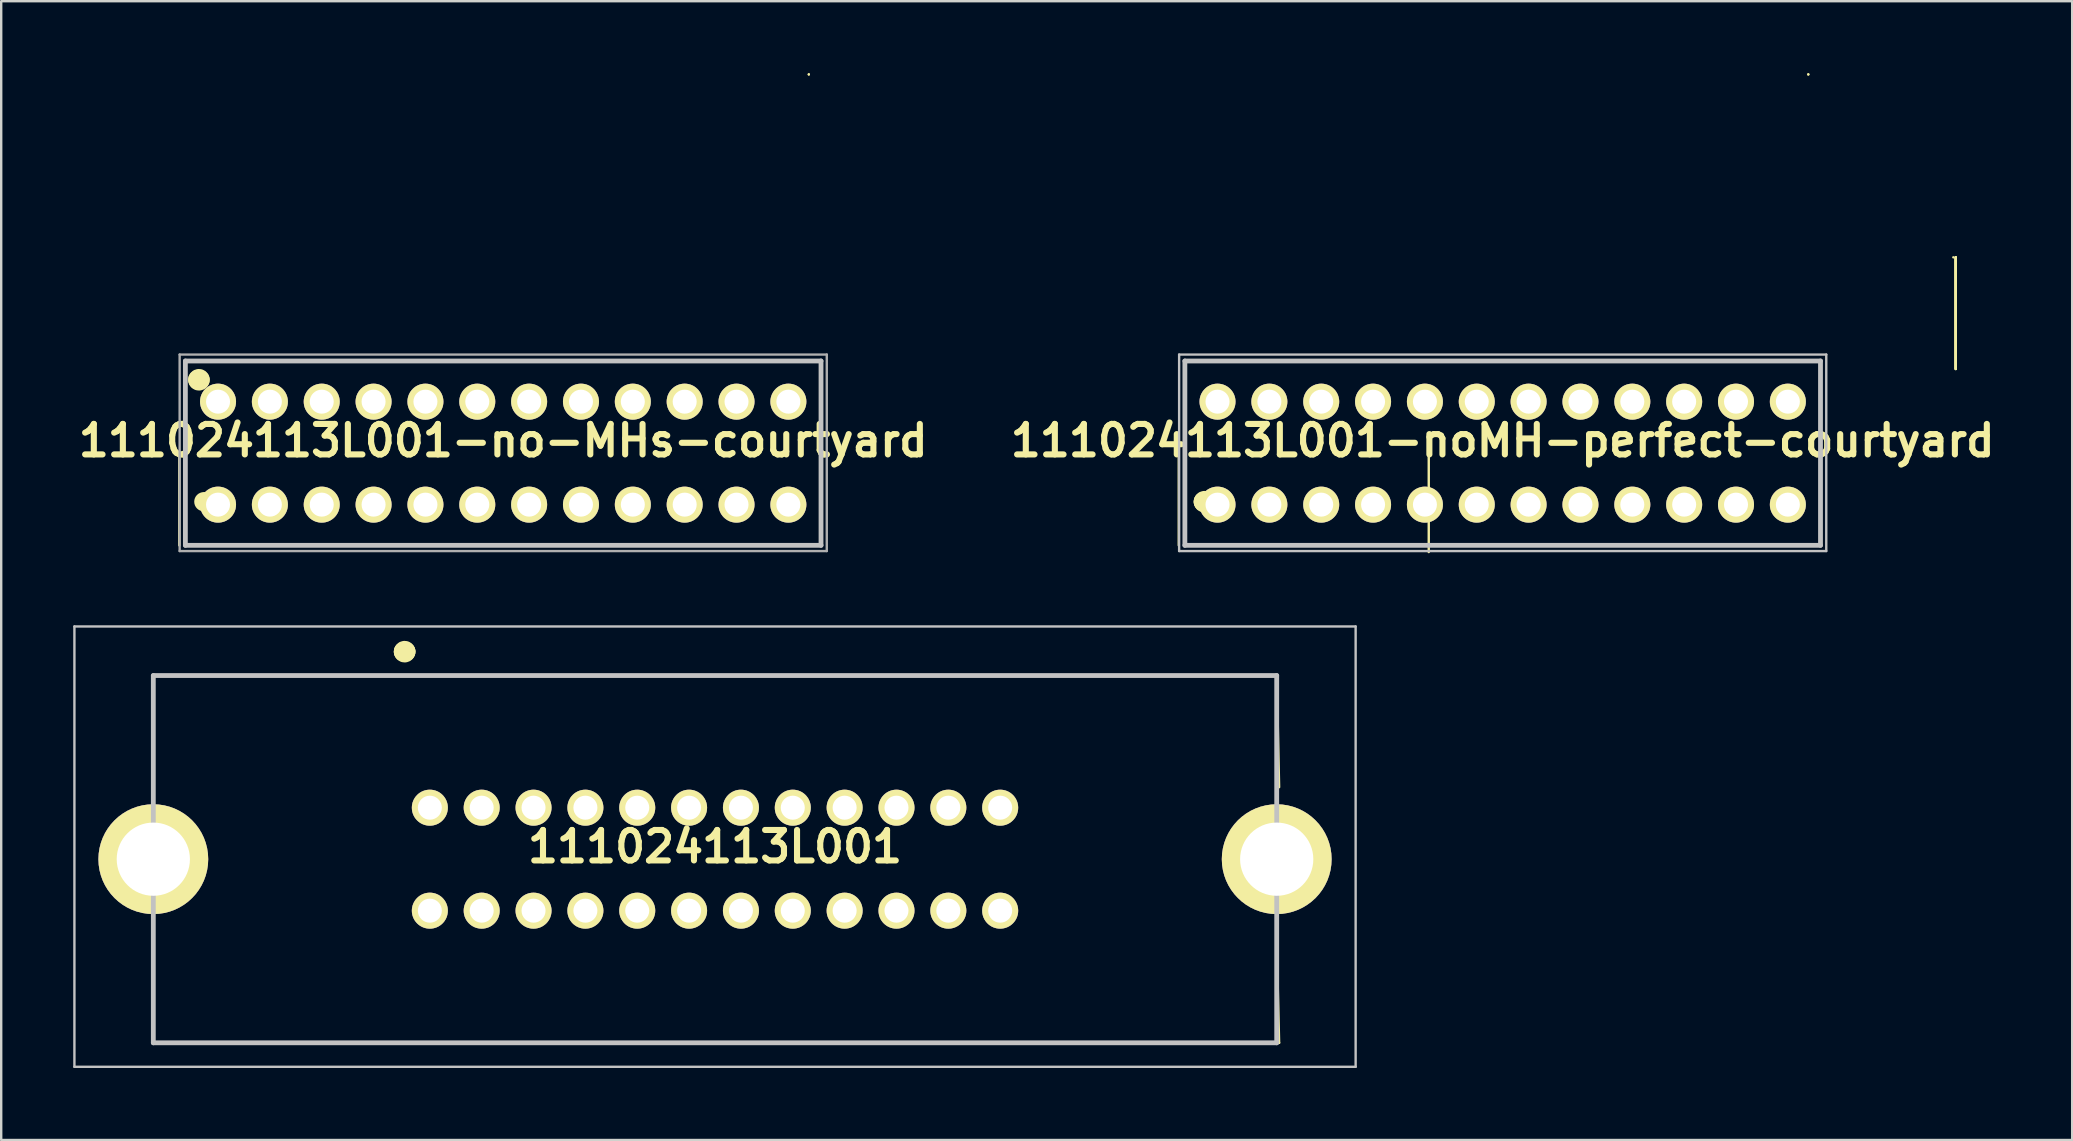
<source format=kicad_pcb>
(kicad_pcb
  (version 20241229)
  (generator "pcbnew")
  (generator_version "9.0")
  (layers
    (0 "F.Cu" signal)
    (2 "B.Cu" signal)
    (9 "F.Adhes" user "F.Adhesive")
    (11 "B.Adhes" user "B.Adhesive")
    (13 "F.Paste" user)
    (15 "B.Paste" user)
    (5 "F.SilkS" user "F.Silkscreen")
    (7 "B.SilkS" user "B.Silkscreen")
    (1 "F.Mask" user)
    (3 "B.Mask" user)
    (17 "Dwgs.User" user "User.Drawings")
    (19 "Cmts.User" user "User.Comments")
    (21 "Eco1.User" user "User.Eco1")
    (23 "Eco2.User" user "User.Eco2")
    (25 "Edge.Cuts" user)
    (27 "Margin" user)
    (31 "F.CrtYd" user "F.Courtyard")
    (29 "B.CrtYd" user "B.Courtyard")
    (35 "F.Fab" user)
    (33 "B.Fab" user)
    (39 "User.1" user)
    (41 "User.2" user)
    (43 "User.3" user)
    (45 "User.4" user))
  (footprint "111024113L001-no-MHs-courtyard"
    (layer "F.Cu")
    (at 6.033 13.683)
    (property "Reference" "111024113L001-no-MHs-courtyard" (at 11.88 1.623 0) (layer "F.SilkS") (effects (font (size 1.27 1.27) (thickness 0.254))))
    (attr through_hole)
    (fp_line (start -1.614 2.335) (end -1.614 5.985) (stroke (width 0.1) (type solid)) (layer "F.SilkS"))
    (fp_line (start -1.36 -1.695) (end 25.12 -1.695) (stroke (width 0.1) (type solid)) (layer "F.SilkS"))
    (fp_line (start -1.36 5.985) (end 25.12 5.985) (stroke (width 0.1) (type solid)) (layer "F.SilkS"))
    (fp_line (start -0.592 4.168) (end -0.592 4.168) (stroke (width 0.8) (type solid)) (layer "F.SilkS"))
    (fp_line (start -0.492 4.168) (end -0.492 4.168) (stroke (width 0.8) (type solid)) (layer "F.SilkS"))
    (fp_line (start 24.612 -13.633) (end 24.612 -13.633) (stroke (width 0.1) (type solid)) (layer "F.SilkS"))
    (fp_line (start 24.612 -13.633) (end 24.612 -13.633) (stroke (width 0.1) (type solid)) (layer "F.SilkS"))
    (fp_arc (start -0.846 -0.912) (mid -0.796 -0.962) (end -0.746 -0.912) (stroke (width 0.8) (type solid)) (layer "F.SilkS"))
    (fp_arc (start -0.746 -0.912) (mid -0.796 -0.862) (end -0.846 -0.912) (stroke (width 0.8) (type solid)) (layer "F.SilkS"))
    (fp_line (start -1.36 -1.695) (end 25.12 -1.695) (stroke (width 0.2) (type solid)) (layer "Dwgs.User"))
    (fp_line (start -1.36 5.985) (end -1.36 -1.695) (stroke (width 0.2) (type solid)) (layer "Dwgs.User"))
    (fp_line (start 25.12 -1.695) (end 25.12 5.985) (stroke (width 0.2) (type solid)) (layer "Dwgs.User"))
    (fp_line (start 25.12 5.985) (end -1.36 5.985) (stroke (width 0.2) (type solid)) (layer "Dwgs.User"))
    (fp_line (start -1.599 -1.962) (end 25.36 -1.962) (stroke (width 0.1) (type solid)) (layer "F.Fab"))
    (fp_line (start -1.599 6.223) (end -1.599 -1.962) (stroke (width 0.1) (type solid)) (layer "F.Fab"))
    (fp_line (start 25.36 -1.962) (end 25.36 6.223) (stroke (width 0.1) (type solid)) (layer "F.Fab"))
    (fp_line (start 25.36 6.223) (end -1.599 6.223) (stroke (width 0.1) (type solid)) (layer "F.Fab"))
    (pad "1" thru_hole circle (at 0 0 90) (size 1.5 1.5) (drill 1) (layers "*.Cu" "*.Mask" "F.SilkS"))
    (pad "2" thru_hole circle (at 2.16 0 90) (size 1.5 1.5) (drill 1) (layers "*.Cu" "*.Mask" "F.SilkS"))
    (pad "3" thru_hole circle (at 4.32 0 90) (size 1.5 1.5) (drill 1) (layers "*.Cu" "*.Mask" "F.SilkS"))
    (pad "4" thru_hole circle (at 6.48 0 90) (size 1.5 1.5) (drill 1) (layers "*.Cu" "*.Mask" "F.SilkS"))
    (pad "5" thru_hole circle (at 8.64 0 90) (size 1.5 1.5) (drill 1) (layers "*.Cu" "*.Mask" "F.SilkS"))
    (pad "6" thru_hole circle (at 10.8 0 90) (size 1.5 1.5) (drill 1) (layers "*.Cu" "*.Mask" "F.SilkS"))
    (pad "7" thru_hole circle (at 12.96 0 90) (size 1.5 1.5) (drill 1) (layers "*.Cu" "*.Mask" "F.SilkS"))
    (pad "8" thru_hole circle (at 15.12 0 90) (size 1.5 1.5) (drill 1) (layers "*.Cu" "*.Mask" "F.SilkS"))
    (pad "9" thru_hole circle (at 17.28 0 90) (size 1.5 1.5) (drill 1) (layers "*.Cu" "*.Mask" "F.SilkS"))
    (pad "10" thru_hole circle (at 19.44 0 90) (size 1.5 1.5) (drill 1) (layers "*.Cu" "*.Mask" "F.SilkS"))
    (pad "11" thru_hole circle (at 21.6 0 90) (size 1.5 1.5) (drill 1) (layers "*.Cu" "*.Mask" "F.SilkS"))
    (pad "12" thru_hole circle (at 23.76 0 90) (size 1.5 1.5) (drill 1) (layers "*.Cu" "*.Mask" "F.SilkS"))
    (pad "13" thru_hole circle (at 0 4.29 90) (size 1.5 1.5) (drill 1) (layers "*.Cu" "*.Mask" "F.SilkS"))
    (pad "14" thru_hole circle (at 2.16 4.29 90) (size 1.5 1.5) (drill 1) (layers "*.Cu" "*.Mask" "F.SilkS"))
    (pad "15" thru_hole circle (at 4.32 4.29 90) (size 1.5 1.5) (drill 1) (layers "*.Cu" "*.Mask" "F.SilkS"))
    (pad "16" thru_hole circle (at 6.48 4.29 90) (size 1.5 1.5) (drill 1) (layers "*.Cu" "*.Mask" "F.SilkS"))
    (pad "17" thru_hole circle (at 8.64 4.29 90) (size 1.5 1.5) (drill 1) (layers "*.Cu" "*.Mask" "F.SilkS"))
    (pad "18" thru_hole circle (at 10.8 4.29 90) (size 1.5 1.5) (drill 1) (layers "*.Cu" "*.Mask" "F.SilkS"))
    (pad "19" thru_hole circle (at 12.96 4.29 90) (size 1.5 1.5) (drill 1) (layers "*.Cu" "*.Mask" "F.SilkS"))
    (pad "20" thru_hole circle (at 15.12 4.29 90) (size 1.5 1.5) (drill 1) (layers "*.Cu" "*.Mask" "F.SilkS"))
    (pad "21" thru_hole circle (at 17.28 4.29 90) (size 1.5 1.5) (drill 1) (layers "*.Cu" "*.Mask" "F.SilkS"))
    (pad "22" thru_hole circle (at 19.44 4.29 90) (size 1.5 1.5) (drill 1) (layers "*.Cu" "*.Mask" "F.SilkS"))
    (pad "23" thru_hole circle (at 21.6 4.29 90) (size 1.5 1.5) (drill 1) (layers "*.Cu" "*.Mask" "F.SilkS"))
    (pad "24" thru_hole circle (at 23.76 4.29 90) (size 1.5 1.5) (drill 1) (layers "*.Cu" "*.Mask" "F.SilkS")))
  (footprint "111024113L001"
    (layer "F.Cu")
    (at 14.857 30.598)
    (property "Reference" "111024113L001" (at 11.88 1.623 0) (layer "F.SilkS") (effects (font (size 1.27 1.27) (thickness 0.254))))
    (attr through_hole)
    (fp_line (start -11.52 -5.505) (end 35.28 -5.505) (stroke (width 0.1) (type solid)) (layer "F.SilkS"))
    (fp_line (start -11.52 -1.355) (end -11.52 -5.505) (stroke (width 0.1) (type solid)) (layer "F.SilkS"))
    (fp_line (start -11.52 6.145) (end -11.52 9.795) (stroke (width 0.1) (type solid)) (layer "F.SilkS"))
    (fp_line (start -11.52 9.795) (end 35.38 9.795) (stroke (width 0.1) (type solid)) (layer "F.SilkS"))
    (fp_line (start -1.1 -6.5) (end -1.1 -6.5) (stroke (width 0.8) (type solid)) (layer "F.SilkS"))
    (fp_line (start -1 -6.5) (end -1 -6.5) (stroke (width 0.8) (type solid)) (layer "F.SilkS"))
    (fp_line (start 35.28 -5.505) (end 35.28 -5.505) (stroke (width 0.1) (type solid)) (layer "F.SilkS"))
    (fp_line (start 35.28 -5.505) (end 35.38 -0.855) (stroke (width 0.1) (type solid)) (layer "F.SilkS"))
    (fp_line (start 35.38 9.795) (end 35.28 5.645) (stroke (width 0.1) (type solid)) (layer "F.SilkS"))
    (fp_arc (start -1.1 -6.5) (mid -1.05 -6.55) (end -1 -6.5) (stroke (width 0.8) (type solid)) (layer "F.SilkS"))
    (fp_arc (start -1 -6.5) (mid -1.05 -6.45) (end -1.1 -6.5) (stroke (width 0.8) (type solid)) (layer "F.SilkS"))
    (fp_line (start -14.807 -7.55) (end 38.568 -7.55) (stroke (width 0.1) (type solid)) (layer "Dwgs.User"))
    (fp_line (start -14.807 10.795) (end -14.807 -7.55) (stroke (width 0.1) (type solid)) (layer "Dwgs.User"))
    (fp_line (start -11.52 -5.505) (end 35.28 -5.505) (stroke (width 0.2) (type solid)) (layer "Dwgs.User"))
    (fp_line (start -11.52 9.795) (end -11.52 -5.505) (stroke (width 0.2) (type solid)) (layer "Dwgs.User"))
    (fp_line (start 35.28 -5.505) (end 35.28 9.795) (stroke (width 0.2) (type solid)) (layer "Dwgs.User"))
    (fp_line (start 35.28 9.795) (end -11.52 9.795) (stroke (width 0.2) (type solid)) (layer "Dwgs.User"))
    (fp_line (start 38.568 -7.55) (end 38.568 10.795) (stroke (width 0.1) (type solid)) (layer "Dwgs.User"))
    (fp_line (start 38.568 10.795) (end -14.807 10.795) (stroke (width 0.1) (type solid)) (layer "Dwgs.User"))
    (pad "1" thru_hole circle (at 0 0 90) (size 1.5 1.5) (drill 1) (layers "*.Cu" "*.Mask" "F.SilkS"))
    (pad "2" thru_hole circle (at 2.16 0 90) (size 1.5 1.5) (drill 1) (layers "*.Cu" "*.Mask" "F.SilkS"))
    (pad "3" thru_hole circle (at 4.32 0 90) (size 1.5 1.5) (drill 1) (layers "*.Cu" "*.Mask" "F.SilkS"))
    (pad "4" thru_hole circle (at 6.48 0 90) (size 1.5 1.5) (drill 1) (layers "*.Cu" "*.Mask" "F.SilkS"))
    (pad "5" thru_hole circle (at 8.64 0 90) (size 1.5 1.5) (drill 1) (layers "*.Cu" "*.Mask" "F.SilkS"))
    (pad "6" thru_hole circle (at 10.8 0 90) (size 1.5 1.5) (drill 1) (layers "*.Cu" "*.Mask" "F.SilkS"))
    (pad "7" thru_hole circle (at 12.96 0 90) (size 1.5 1.5) (drill 1) (layers "*.Cu" "*.Mask" "F.SilkS"))
    (pad "8" thru_hole circle (at 15.12 0 90) (size 1.5 1.5) (drill 1) (layers "*.Cu" "*.Mask" "F.SilkS"))
    (pad "9" thru_hole circle (at 17.28 0 90) (size 1.5 1.5) (drill 1) (layers "*.Cu" "*.Mask" "F.SilkS"))
    (pad "10" thru_hole circle (at 19.44 0 90) (size 1.5 1.5) (drill 1) (layers "*.Cu" "*.Mask" "F.SilkS"))
    (pad "11" thru_hole circle (at 21.6 0 90) (size 1.5 1.5) (drill 1) (layers "*.Cu" "*.Mask" "F.SilkS"))
    (pad "12" thru_hole circle (at 23.76 0 90) (size 1.5 1.5) (drill 1) (layers "*.Cu" "*.Mask" "F.SilkS"))
    (pad "13" thru_hole circle (at 0 4.29 90) (size 1.5 1.5) (drill 1) (layers "*.Cu" "*.Mask" "F.SilkS"))
    (pad "14" thru_hole circle (at 2.16 4.29 90) (size 1.5 1.5) (drill 1) (layers "*.Cu" "*.Mask" "F.SilkS"))
    (pad "15" thru_hole circle (at 4.32 4.29 90) (size 1.5 1.5) (drill 1) (layers "*.Cu" "*.Mask" "F.SilkS"))
    (pad "16" thru_hole circle (at 6.48 4.29 90) (size 1.5 1.5) (drill 1) (layers "*.Cu" "*.Mask" "F.SilkS"))
    (pad "17" thru_hole circle (at 8.64 4.29 90) (size 1.5 1.5) (drill 1) (layers "*.Cu" "*.Mask" "F.SilkS"))
    (pad "18" thru_hole circle (at 10.8 4.29 90) (size 1.5 1.5) (drill 1) (layers "*.Cu" "*.Mask" "F.SilkS"))
    (pad "19" thru_hole circle (at 12.96 4.29 90) (size 1.5 1.5) (drill 1) (layers "*.Cu" "*.Mask" "F.SilkS"))
    (pad "20" thru_hole circle (at 15.12 4.29 90) (size 1.5 1.5) (drill 1) (layers "*.Cu" "*.Mask" "F.SilkS"))
    (pad "21" thru_hole circle (at 17.28 4.29 90) (size 1.5 1.5) (drill 1) (layers "*.Cu" "*.Mask" "F.SilkS"))
    (pad "22" thru_hole circle (at 19.44 4.29 90) (size 1.5 1.5) (drill 1) (layers "*.Cu" "*.Mask" "F.SilkS"))
    (pad "23" thru_hole circle (at 21.6 4.29 90) (size 1.5 1.5) (drill 1) (layers "*.Cu" "*.Mask" "F.SilkS"))
    (pad "24" thru_hole circle (at 23.76 4.29 90) (size 1.5 1.5) (drill 1) (layers "*.Cu" "*.Mask" "F.SilkS"))
    (pad "MH1" thru_hole circle (at -11.52 2.145 90) (size 4.575 4.575) (drill 3.05) (layers "*.Cu" "*.Mask" "F.SilkS"))
    (pad "MH2" thru_hole circle (at 35.28 2.145 90) (size 4.575 4.575) (drill 3.05) (layers "*.Cu" "*.Mask" "F.SilkS")))
  (footprint "111024113L001-noMH-perfect-courtyard"
    (layer "F.Cu")
    (at 47.671 13.683)
    (property "Reference" "111024113L001-noMH-perfect-courtyard" (at 11.88 1.623 0) (layer "F.SilkS") (effects (font (size 1.27 1.27) (thickness 0.254))))
    (attr through_hole)
    (fp_line (start -1.614 2.335) (end -1.614 5.985) (stroke (width 0.1) (type solid)) (layer "F.SilkS"))
    (fp_line (start -1.36 -1.695) (end 25.12 -1.695) (stroke (width 0.1) (type solid)) (layer "F.SilkS"))
    (fp_line (start -1.36 5.985) (end 25.12 5.985) (stroke (width 0.1) (type solid)) (layer "F.SilkS"))
    (fp_line (start -0.592 4.168) (end -0.592 4.168) (stroke (width 0.8) (type solid)) (layer "F.SilkS"))
    (fp_line (start -0.492 4.168) (end -0.492 4.168) (stroke (width 0.8) (type solid)) (layer "F.SilkS"))
    (fp_line (start 8.8 6.265) (end 8.8 2.115) (stroke (width 0.1) (type solid)) (layer "F.SilkS"))
    (fp_line (start 24.612 -13.633) (end 24.612 -13.633) (stroke (width 0.1) (type solid)) (layer "F.SilkS"))
    (fp_line (start 24.612 -13.633) (end 24.612 -13.633) (stroke (width 0.1) (type solid)) (layer "F.SilkS"))
    (fp_line (start 30.654 -6.013) (end 30.654 -6.013) (stroke (width 0.1) (type solid)) (layer "F.SilkS"))
    (fp_line (start 30.754 -6.013) (end 30.754 -1.363) (stroke (width 0.1) (type solid)) (layer "F.SilkS"))
    (fp_line (start 30.754 -6.013) (end 30.754 -1.363) (stroke (width 0.1) (type solid)) (layer "F.SilkS"))
    (fp_line (start 30.754 -6.013) (end 30.754 -1.363) (stroke (width 0.1) (type solid)) (layer "F.SilkS"))
    (fp_line (start 30.754 -6.013) (end 30.754 -1.363) (stroke (width 0.1) (type solid)) (layer "F.SilkS"))
    (fp_arc (start -0.592 4.168) (mid -0.542 4.118) (end -0.492 4.168) (stroke (width 0.8) (type solid)) (layer "F.SilkS"))
    (fp_arc (start -0.492 4.168) (mid -0.542 4.218) (end -0.592 4.168) (stroke (width 0.8) (type solid)) (layer "F.SilkS"))
    (fp_line (start -1.599 -1.962) (end 25.36 -1.962) (stroke (width 0.1) (type solid)) (layer "Dwgs.User"))
    (fp_line (start -1.599 6.223) (end -1.599 -1.962) (stroke (width 0.1) (type solid)) (layer "Dwgs.User"))
    (fp_line (start -1.36 -1.695) (end 25.12 -1.695) (stroke (width 0.2) (type solid)) (layer "Dwgs.User"))
    (fp_line (start -1.36 5.985) (end -1.36 -1.695) (stroke (width 0.2) (type solid)) (layer "Dwgs.User"))
    (fp_line (start 25.12 -1.695) (end 25.12 5.985) (stroke (width 0.2) (type solid)) (layer "Dwgs.User"))
    (fp_line (start 25.12 5.985) (end -1.36 5.985) (stroke (width 0.2) (type solid)) (layer "Dwgs.User"))
    (fp_line (start 25.36 -1.962) (end 25.36 6.223) (stroke (width 0.1) (type solid)) (layer "Dwgs.User"))
    (fp_line (start 25.36 6.223) (end -1.599 6.223) (stroke (width 0.1) (type solid)) (layer "Dwgs.User"))
    (pad "1" thru_hole circle (at 0 0 90) (size 1.5 1.5) (drill 1) (layers "*.Cu" "*.Mask" "F.SilkS"))
    (pad "2" thru_hole circle (at 2.16 0 90) (size 1.5 1.5) (drill 1) (layers "*.Cu" "*.Mask" "F.SilkS"))
    (pad "3" thru_hole circle (at 4.32 0 90) (size 1.5 1.5) (drill 1) (layers "*.Cu" "*.Mask" "F.SilkS"))
    (pad "4" thru_hole circle (at 6.48 0 90) (size 1.5 1.5) (drill 1) (layers "*.Cu" "*.Mask" "F.SilkS"))
    (pad "5" thru_hole circle (at 8.64 0 90) (size 1.5 1.5) (drill 1) (layers "*.Cu" "*.Mask" "F.SilkS"))
    (pad "6" thru_hole circle (at 10.8 0 90) (size 1.5 1.5) (drill 1) (layers "*.Cu" "*.Mask" "F.SilkS"))
    (pad "7" thru_hole circle (at 12.96 0 90) (size 1.5 1.5) (drill 1) (layers "*.Cu" "*.Mask" "F.SilkS"))
    (pad "8" thru_hole circle (at 15.12 0 90) (size 1.5 1.5) (drill 1) (layers "*.Cu" "*.Mask" "F.SilkS"))
    (pad "9" thru_hole circle (at 17.28 0 90) (size 1.5 1.5) (drill 1) (layers "*.Cu" "*.Mask" "F.SilkS"))
    (pad "10" thru_hole circle (at 19.44 0 90) (size 1.5 1.5) (drill 1) (layers "*.Cu" "*.Mask" "F.SilkS"))
    (pad "11" thru_hole circle (at 21.6 0 90) (size 1.5 1.5) (drill 1) (layers "*.Cu" "*.Mask" "F.SilkS"))
    (pad "12" thru_hole circle (at 23.76 0 90) (size 1.5 1.5) (drill 1) (layers "*.Cu" "*.Mask" "F.SilkS"))
    (pad "13" thru_hole circle (at 0 4.29 90) (size 1.5 1.5) (drill 1) (layers "*.Cu" "*.Mask" "F.SilkS"))
    (pad "14" thru_hole circle (at 2.16 4.29 90) (size 1.5 1.5) (drill 1) (layers "*.Cu" "*.Mask" "F.SilkS"))
    (pad "15" thru_hole circle (at 4.32 4.29 90) (size 1.5 1.5) (drill 1) (layers "*.Cu" "*.Mask" "F.SilkS"))
    (pad "16" thru_hole circle (at 6.48 4.29 90) (size 1.5 1.5) (drill 1) (layers "*.Cu" "*.Mask" "F.SilkS"))
    (pad "17" thru_hole circle (at 8.64 4.29 90) (size 1.5 1.5) (drill 1) (layers "*.Cu" "*.Mask" "F.SilkS"))
    (pad "18" thru_hole circle (at 10.8 4.29 90) (size 1.5 1.5) (drill 1) (layers "*.Cu" "*.Mask" "F.SilkS"))
    (pad "19" thru_hole circle (at 12.96 4.29 90) (size 1.5 1.5) (drill 1) (layers "*.Cu" "*.Mask" "F.SilkS"))
    (pad "20" thru_hole circle (at 15.12 4.29 90) (size 1.5 1.5) (drill 1) (layers "*.Cu" "*.Mask" "F.SilkS"))
    (pad "21" thru_hole circle (at 17.28 4.29 90) (size 1.5 1.5) (drill 1) (layers "*.Cu" "*.Mask" "F.SilkS"))
    (pad "22" thru_hole circle (at 19.44 4.29 90) (size 1.5 1.5) (drill 1) (layers "*.Cu" "*.Mask" "F.SilkS"))
    (pad "23" thru_hole circle (at 21.6 4.29 90) (size 1.5 1.5) (drill 1) (layers "*.Cu" "*.Mask" "F.SilkS"))
    (pad "24" thru_hole circle (at 23.76 4.29 90) (size 1.5 1.5) (drill 1) (layers "*.Cu" "*.Mask" "F.SilkS")))
  (gr_rect
    (start -3 -3)
    (end 83.276 44.443)
    (stroke (width 0.1) (type default))
    (fill no)
    (layer "Edge.Cuts")))
</source>
